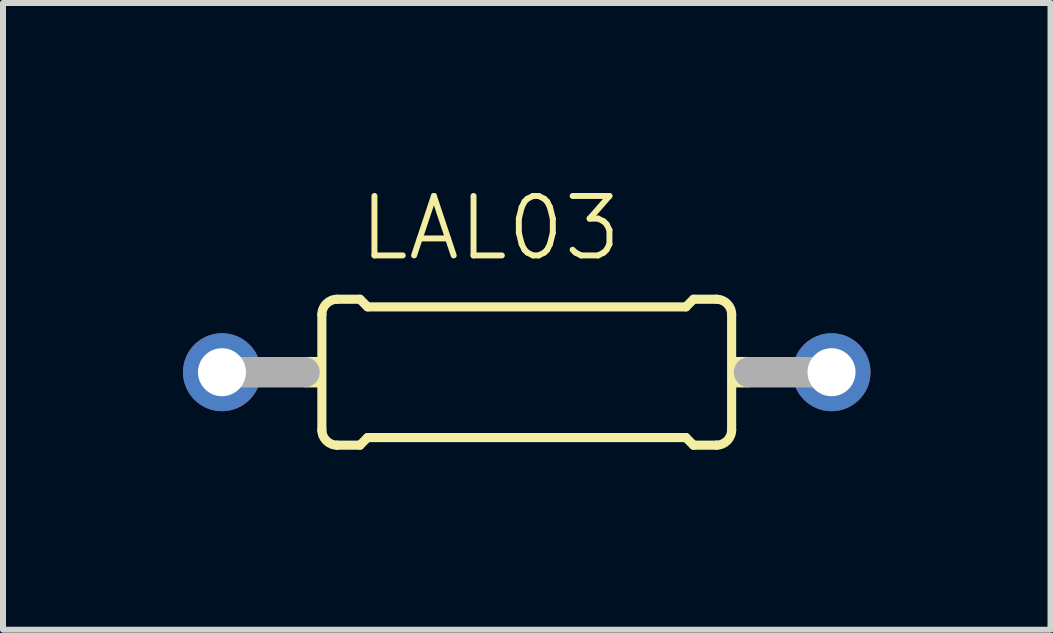
<source format=kicad_pcb>
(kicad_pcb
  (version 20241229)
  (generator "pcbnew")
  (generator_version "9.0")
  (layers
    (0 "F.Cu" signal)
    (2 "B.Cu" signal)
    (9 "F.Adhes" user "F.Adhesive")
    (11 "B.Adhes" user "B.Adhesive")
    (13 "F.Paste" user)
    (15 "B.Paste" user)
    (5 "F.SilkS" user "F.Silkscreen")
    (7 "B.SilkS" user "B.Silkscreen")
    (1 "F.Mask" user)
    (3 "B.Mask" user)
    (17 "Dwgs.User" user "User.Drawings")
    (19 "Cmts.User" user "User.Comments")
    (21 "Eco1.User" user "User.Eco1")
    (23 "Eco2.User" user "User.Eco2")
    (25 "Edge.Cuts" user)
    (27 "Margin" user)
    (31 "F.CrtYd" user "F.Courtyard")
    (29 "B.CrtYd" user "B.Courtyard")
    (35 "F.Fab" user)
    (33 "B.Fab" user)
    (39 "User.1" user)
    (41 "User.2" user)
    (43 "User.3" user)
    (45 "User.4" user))
  (footprint "LAL03"
    (layer "F.Cu")
    (at 5.73 3.154)
    (property "Reference" "LAL03" (at -0.604 -2.4 0) (layer "F.SilkS") (effects (font (size 0.991 0.991) (thickness 0.099))))
    (attr through_hole)
    (fp_line (start -3.415 0.962) (end -3.415 -0.962) (stroke (width 0.152) (type solid)) (layer "F.SilkS"))
    (fp_line (start -3.161 -1.216) (end -2.78 -1.216) (stroke (width 0.152) (type solid)) (layer "F.SilkS"))
    (fp_line (start -3.161 1.216) (end -2.78 1.216) (stroke (width 0.152) (type solid)) (layer "F.SilkS"))
    (fp_line (start -2.653 -1.089) (end -2.78 -1.216) (stroke (width 0.152) (type solid)) (layer "F.SilkS"))
    (fp_line (start -2.653 1.089) (end -2.78 1.216) (stroke (width 0.152) (type solid)) (layer "F.SilkS"))
    (fp_line (start 2.653 -1.089) (end -2.653 -1.089) (stroke (width 0.152) (type solid)) (layer "F.SilkS"))
    (fp_line (start 2.653 -1.089) (end 2.78 -1.216) (stroke (width 0.152) (type solid)) (layer "F.SilkS"))
    (fp_line (start 2.653 1.089) (end -2.653 1.089) (stroke (width 0.152) (type solid)) (layer "F.SilkS"))
    (fp_line (start 2.653 1.089) (end 2.78 1.216) (stroke (width 0.152) (type solid)) (layer "F.SilkS"))
    (fp_line (start 3.161 -1.216) (end 2.78 -1.216) (stroke (width 0.152) (type solid)) (layer "F.SilkS"))
    (fp_line (start 3.161 1.216) (end 2.78 1.216) (stroke (width 0.152) (type solid)) (layer "F.SilkS"))
    (fp_line (start 3.415 0.962) (end 3.415 -0.962) (stroke (width 0.152) (type solid)) (layer "F.SilkS"))
    (fp_arc (start -3.415 -0.962) (mid -3.340605 -1.141605) (end -3.161 -1.216) (stroke (width 0.1524) (type solid)) (layer "F.SilkS"))
    (fp_arc (start -3.161 1.216) (mid -3.340605 1.141605) (end -3.415 0.962) (stroke (width 0.1524) (type solid)) (layer "F.SilkS"))
    (fp_arc (start 3.161 -1.216) (mid 3.340605 -1.141605) (end 3.415 -0.962) (stroke (width 0.1524) (type solid)) (layer "F.SilkS"))
    (fp_arc (start 3.415 0.962) (mid 3.340605 1.141605) (end 3.161 1.216) (stroke (width 0.1524) (type solid)) (layer "F.SilkS"))
    (fp_poly (pts (xy -3.7 -0.254) (xy -3.415 -0.254) (xy -3.415 0.254) (xy -3.7 0.254)) (stroke (width 0) (type solid)) (fill yes) (layer "F.SilkS"))
    (fp_poly (pts (xy 3.415 -0.254) (xy 3.7 -0.254) (xy 3.7 0.254) (xy 3.415 0.254)) (stroke (width 0) (type solid)) (fill yes) (layer "F.SilkS"))
    (fp_line (start -5.08 0) (end -3.705 0) (stroke (width 0.508) (type solid)) (layer "F.Fab"))
    (fp_line (start 5.08 0) (end 3.705 0) (stroke (width 0.508) (type solid)) (layer "F.Fab"))
    (pad "1" thru_hole circle (at -5.08 0) (size 1.3 1.3) (drill 0.8) (layers "*.Cu" "*.Mask"))
    (pad "2" thru_hole circle (at 5.08 0) (size 1.3 1.3) (drill 0.8) (layers "*.Cu" "*.Mask")))
  (gr_rect
    (start -3 -3)
    (end 14.46 7.446)
    (stroke (width 0.1) (type default))
    (fill no)
    (layer "Edge.Cuts")))
</source>
